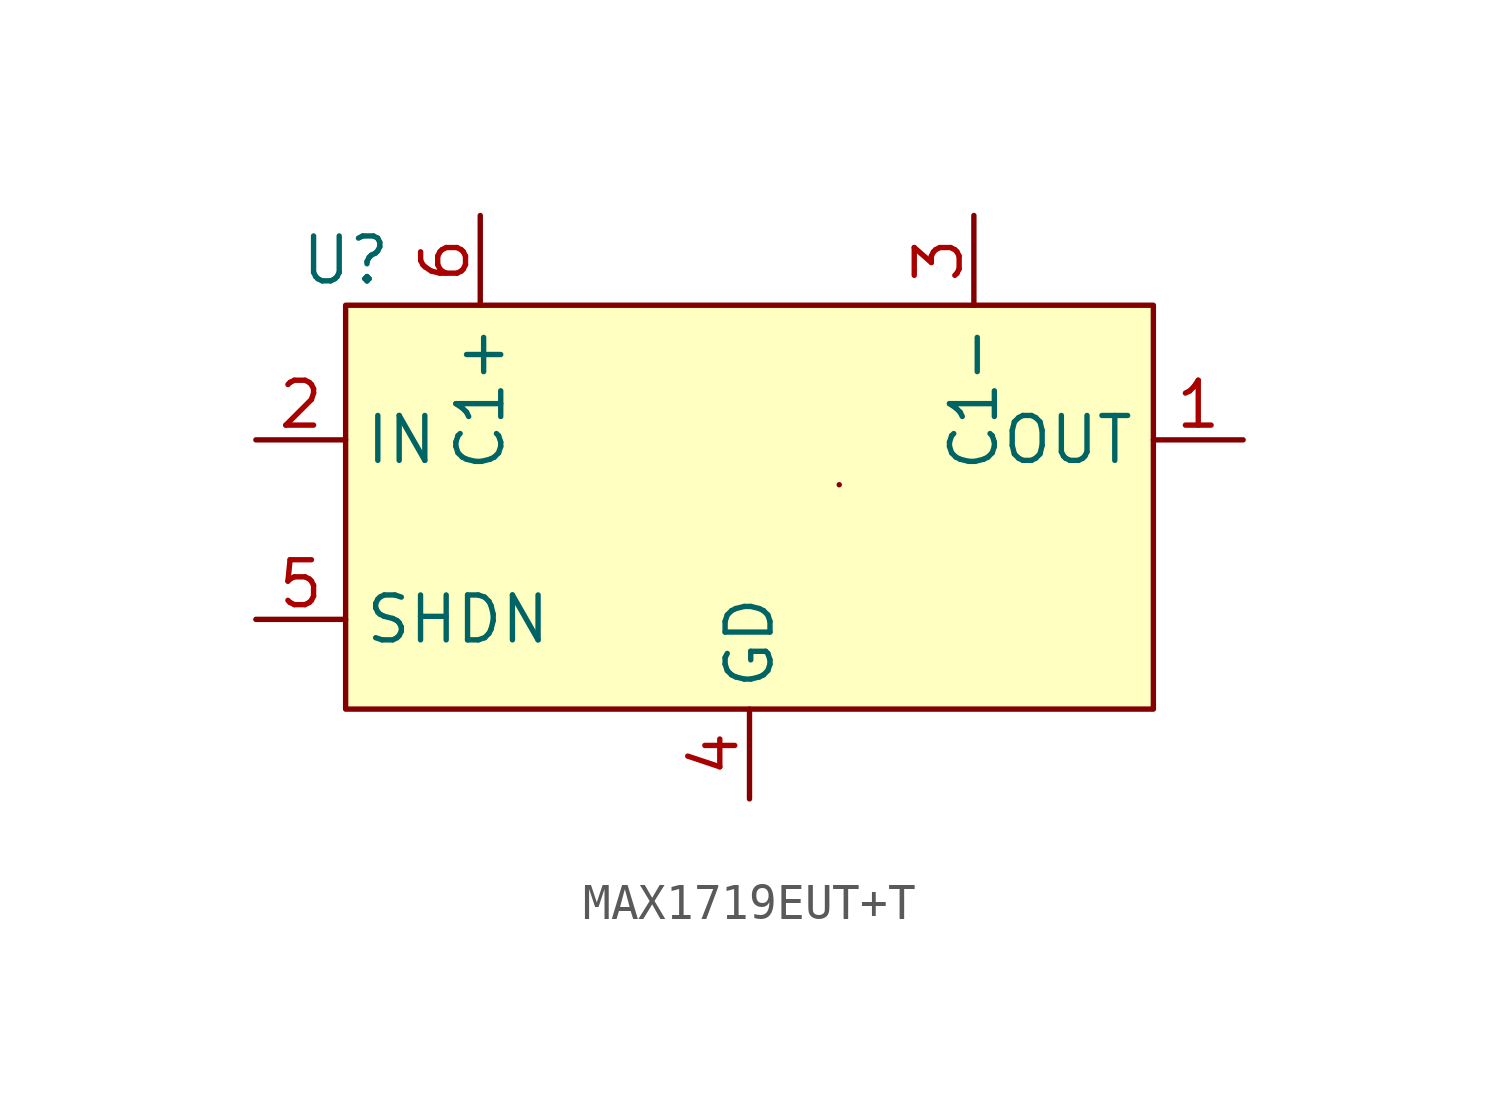
<source format=kicad_sym>
(kicad_symbol_lib
  (version 20220914)
  (generator kicad_symbol_editor)
  (symbol "MAX1719EUT+T"
    (property "Reference" "U"
      (at 0 5.08 0)
      (effects (font (size 1.27 1.27))))
    (property "Value" ""
      (at 0 0 0)
      (effects (font (size 1.27 1.27))))
    (symbol "MAX1719EUT+T_0_1"
      (rectangle (start 13.97 -1.27) (end 13.97 -1.27) (stroke (width 0) (type default)) (fill (type none))))
    (symbol "MAX1719EUT+T_1_1"
      (rectangle (start 0 3.81) (end 22.86 -7.62) (stroke (width 0) (type default)) (fill (type background)))
      (pin power_out line (at 25.4 0 180) (length 2.54) (name "OUT" (effects (font (size 1.27 1.27)))) (number "1" (effects (font (size 1.27 1.27)))))
      (pin input line (at -2.54 0 0) (length 2.54) (name "IN" (effects (font (size 1.27 1.27)))) (number "2" (effects (font (size 1.27 1.27)))))
      (pin passive line (at 17.78 6.35 270) (length 2.54) (name "C1-" (effects (font (size 1.27 1.27)))) (number "3" (effects (font (size 1.27 1.27)))))
      (pin power_in line (at 11.43 -10.16 90) (length 2.54) (name "GD" (effects (font (size 1.27 1.27)))) (number "4" (effects (font (size 1.27 1.27)))))
      (pin input line (at -2.54 -5.08 0) (length 2.54) (name "SHDN" (effects (font (size 1.27 1.27)))) (number "5" (effects (font (size 1.27 1.27)))))
      (pin passive line (at 3.81 6.35 270) (length 2.54) (name "C1+" (effects (font (size 1.27 1.27)))) (number "6" (effects (font (size 1.27 1.27))))))))
</source>
